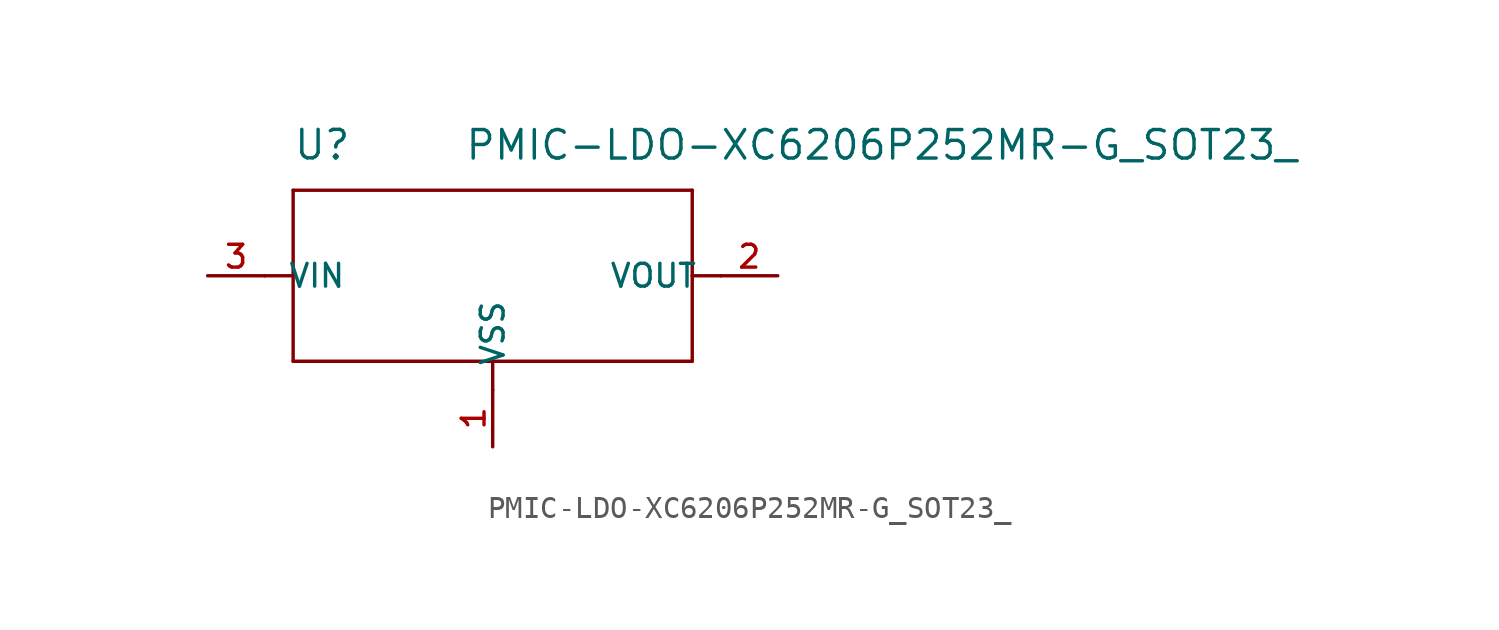
<source format=kicad_sym>
(kicad_symbol_lib
  (version 20211014)
  (generator kicad_symbol_editor)
  (symbol "PMIC-LDO-XC6206P252MR-G_SOT23_"
    (pin_names
      (offset 1.016))
    (property "Reference" "U"
      (at -8.906 5.089 0)
      (effects (font (size 1.27 1.27)) (justify bottom left)))
    (property "Value" "PMIC-LDO-XC6206P252MR-G_SOT23_"
      (at -1.27 5.081 0)
      (effects (font (size 1.27 1.27)) (justify bottom left)))
    (symbol "PMIC-LDO-XC6206P252MR-G_SOT23__0_0"
      (polyline (pts (xy -8.89 3.81) (xy 8.89 3.81)) (stroke (width 0.152)))
      (polyline (pts (xy 8.89 3.81) (xy 8.89 0.0)) (stroke (width 0.152)))
      (polyline (pts (xy 8.89 0.0) (xy 8.89 -3.81)) (stroke (width 0.152)))
      (polyline (pts (xy 8.89 -3.81) (xy 0.0 -3.81)) (stroke (width 0.152)))
      (polyline (pts (xy 0.0 -3.81) (xy -8.89 -3.81)) (stroke (width 0.152)))
      (polyline (pts (xy -8.89 -3.81) (xy -8.89 0.0)) (stroke (width 0.152)))
      (polyline (pts (xy -8.89 0.0) (xy -8.89 3.81)) (stroke (width 0.152)))
      (polyline (pts (xy -10.16 0.0) (xy -8.89 0.0)) (stroke (width 0.152)))
      (polyline (pts (xy 0.0 -5.08) (xy 0.0 -3.81)) (stroke (width 0.152)))
      (polyline (pts (xy 10.16 0.0) (xy 8.89 0.0)) (stroke (width 0.152)))
      (pin input line (at -12.7 0.0 0) (length 2.54) (name "VIN" (effects (font (size 1.016 1.016)))) (number "3" (effects (font (size 1.016 1.016)))))
      (pin output line (at 12.7 0.0 180.0) (length 2.54) (name "VOUT" (effects (font (size 1.016 1.016)))) (number "2" (effects (font (size 1.016 1.016)))))
      (pin power_in line (at 0.0 -7.62 90.0) (length 2.54) (name "VSS" (effects (font (size 1.016 1.016)))) (number "1" (effects (font (size 1.016 1.016))))))))
</source>
